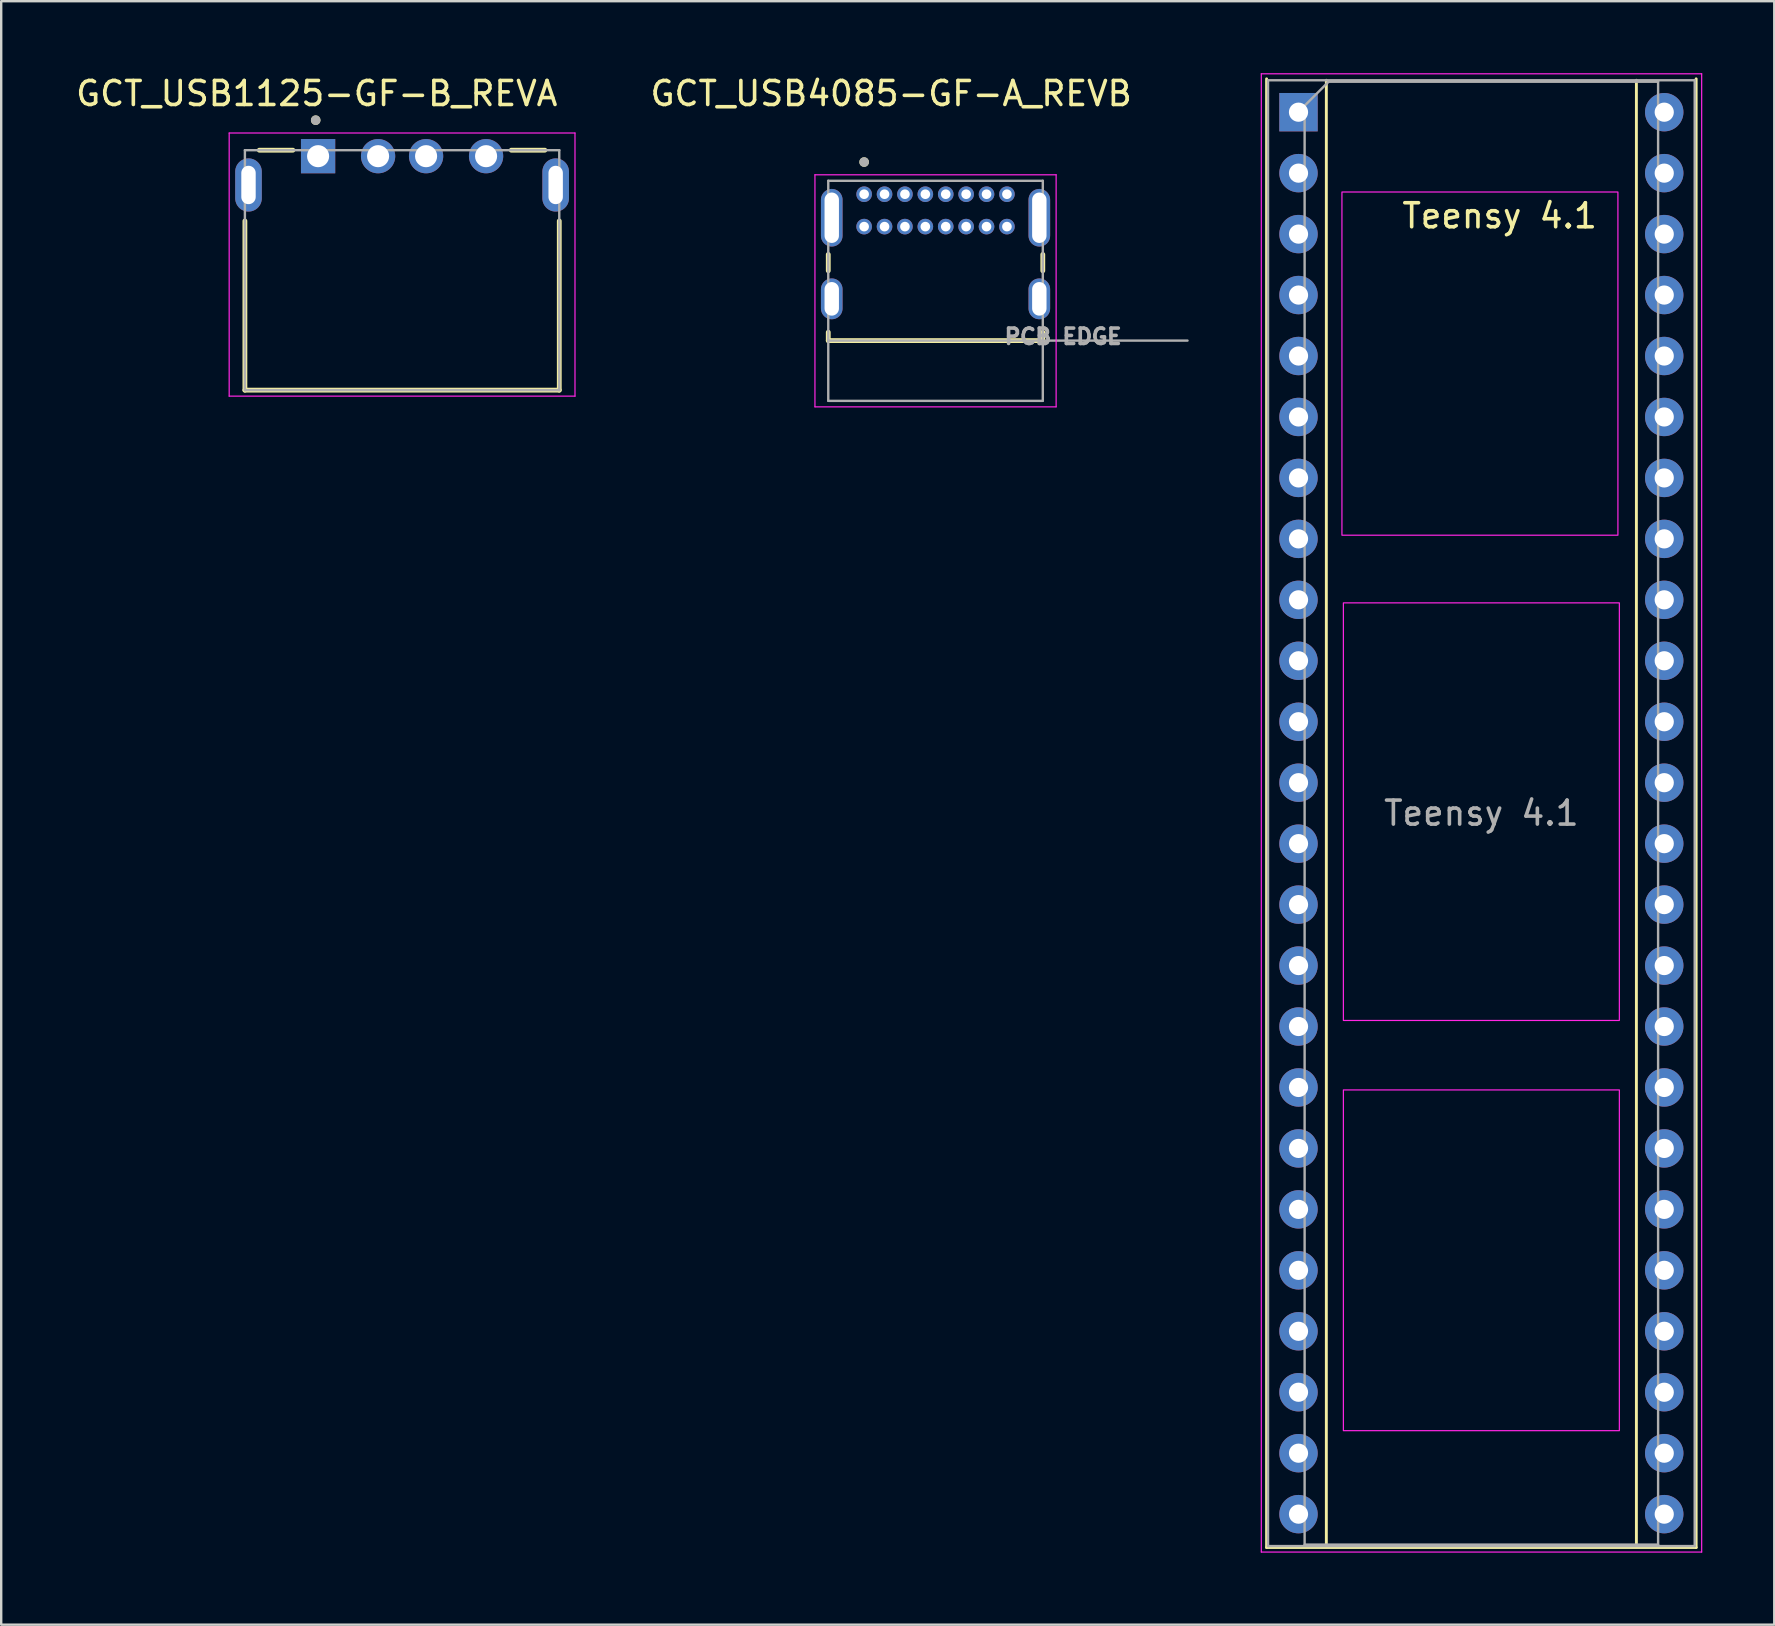
<source format=kicad_pcb>
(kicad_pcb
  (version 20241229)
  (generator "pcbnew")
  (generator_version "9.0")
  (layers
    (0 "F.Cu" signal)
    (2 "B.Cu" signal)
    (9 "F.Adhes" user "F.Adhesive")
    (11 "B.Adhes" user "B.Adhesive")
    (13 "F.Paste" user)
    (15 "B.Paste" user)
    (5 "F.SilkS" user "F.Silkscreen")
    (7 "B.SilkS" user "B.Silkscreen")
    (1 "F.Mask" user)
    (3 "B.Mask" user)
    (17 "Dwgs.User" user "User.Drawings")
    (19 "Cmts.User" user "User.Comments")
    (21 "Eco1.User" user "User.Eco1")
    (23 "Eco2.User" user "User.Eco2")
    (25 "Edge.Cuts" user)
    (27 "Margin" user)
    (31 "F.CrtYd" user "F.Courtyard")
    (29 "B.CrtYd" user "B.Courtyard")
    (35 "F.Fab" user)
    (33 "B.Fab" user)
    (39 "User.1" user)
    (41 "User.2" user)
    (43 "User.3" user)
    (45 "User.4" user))
  (footprint "GCT_USB4085-GF-A_REVB"
    (layer "F.Cu")
    (at 35.934 9.403)
    (property "Reference" "GCT_USB4085-GF-A_REVB" (at -1.85 -8.555 0) (layer "F.SilkS") (effects (font (size 1 1) (thickness 0.15))))
    (attr through_hole allow_soldermask_bridges)
    (fp_line (start -4.47 -1.85) (end -4.47 -1.17) (stroke (width 0.2) (type solid)) (layer "F.SilkS"))
    (fp_line (start -4.47 1.39) (end -4.47 1.74) (stroke (width 0.2) (type solid)) (layer "F.SilkS"))
    (fp_line (start -4.47 1.74) (end 4.47 1.74) (stroke (width 0.2) (type solid)) (layer "F.SilkS"))
    (fp_line (start 4.47 -1.85) (end 4.47 -1.17) (stroke (width 0.2) (type solid)) (layer "F.SilkS"))
    (fp_line (start 4.47 1.74) (end 4.47 1.39) (stroke (width 0.2) (type solid)) (layer "F.SilkS"))
    (fp_circle (center -2.975 -5.7) (end -2.875 -5.7) (stroke (width 0.2) (type solid)) (fill no) (layer "F.SilkS"))
    (fp_line (start -5.025 -5.17) (end 5.025 -5.17) (stroke (width 0.05) (type solid)) (layer "F.CrtYd"))
    (fp_line (start -5.025 4.5) (end -5.025 -5.17) (stroke (width 0.05) (type solid)) (layer "F.CrtYd"))
    (fp_line (start 5.025 -5.17) (end 5.025 4.5) (stroke (width 0.05) (type solid)) (layer "F.CrtYd"))
    (fp_line (start 5.025 4.5) (end -5.025 4.5) (stroke (width 0.05) (type solid)) (layer "F.CrtYd"))
    (fp_line (start -4.47 -4.92) (end 4.47 -4.92) (stroke (width 0.1) (type solid)) (layer "F.Fab"))
    (fp_line (start -4.47 1.74) (end -4.47 -4.92) (stroke (width 0.1) (type solid)) (layer "F.Fab"))
    (fp_line (start -4.47 1.74) (end 10.5 1.74) (stroke (width 0.1) (type solid)) (layer "F.Fab"))
    (fp_line (start -4.47 4.25) (end -4.47 1.74) (stroke (width 0.1) (type solid)) (layer "F.Fab"))
    (fp_line (start 4.47 -4.92) (end 4.47 4.25) (stroke (width 0.1) (type solid)) (layer "F.Fab"))
    (fp_line (start 4.47 4.25) (end -4.47 4.25) (stroke (width 0.1) (type solid)) (layer "F.Fab"))
    (fp_circle (center -2.975 -5.7) (end -2.875 -5.7) (stroke (width 0.2) (type solid)) (fill no) (layer "F.Fab"))
    (fp_text user "PCB EDGE" (at 5.315 1.57 0) (layer "F.Fab") (effects (font (size 0.64 0.64) (thickness 0.15))))
    (pad "A1" thru_hole circle (at -2.975 -4.36) (size 0.65 0.65) (drill 0.4) (layers "*.Cu" "*.Mask"))
    (pad "A4" thru_hole circle (at -2.125 -4.36) (size 0.65 0.65) (drill 0.4) (layers "*.Cu" "*.Mask"))
    (pad "A5" thru_hole circle (at -1.275 -4.36) (size 0.65 0.65) (drill 0.4) (layers "*.Cu" "*.Mask"))
    (pad "A6" thru_hole circle (at -0.425 -4.36) (size 0.65 0.65) (drill 0.4) (layers "*.Cu" "*.Mask"))
    (pad "A7" thru_hole circle (at 0.425 -4.36) (size 0.65 0.65) (drill 0.4) (layers "*.Cu" "*.Mask"))
    (pad "A8" thru_hole circle (at 1.275 -4.36) (size 0.65 0.65) (drill 0.4) (layers "*.Cu" "*.Mask"))
    (pad "A9" thru_hole circle (at 2.125 -4.36) (size 0.65 0.65) (drill 0.4) (layers "*.Cu" "*.Mask"))
    (pad "A12" thru_hole circle (at 2.975 -4.36) (size 0.65 0.65) (drill 0.4) (layers "*.Cu" "*.Mask"))
    (pad "B1" thru_hole circle (at 2.975 -3.01) (size 0.65 0.65) (drill 0.4) (layers "*.Cu" "*.Mask"))
    (pad "B4" thru_hole circle (at 2.125 -3.01) (size 0.65 0.65) (drill 0.4) (layers "*.Cu" "*.Mask"))
    (pad "B5" thru_hole circle (at 1.275 -3.01) (size 0.65 0.65) (drill 0.4) (layers "*.Cu" "*.Mask"))
    (pad "B6" thru_hole circle (at 0.425 -3.01) (size 0.65 0.65) (drill 0.4) (layers "*.Cu" "*.Mask"))
    (pad "B7" thru_hole circle (at -0.425 -3.01) (size 0.65 0.65) (drill 0.4) (layers "*.Cu" "*.Mask"))
    (pad "B8" thru_hole circle (at -1.275 -3.01) (size 0.65 0.65) (drill 0.4) (layers "*.Cu" "*.Mask"))
    (pad "B9" thru_hole circle (at -2.125 -3.01) (size 0.65 0.65) (drill 0.4) (layers "*.Cu" "*.Mask"))
    (pad "B12" thru_hole circle (at -2.975 -3.01) (size 0.65 0.65) (drill 0.4) (layers "*.Cu" "*.Mask"))
    (pad "S1" thru_hole oval (at -4.325 0) (size 0.9 1.7) (drill oval 0.6 1.4) (layers "*.Cu" "*.Mask"))
    (pad "S2" thru_hole oval (at 4.325 0) (size 0.9 1.7) (drill oval 0.6 1.4) (layers "*.Cu" "*.Mask"))
    (pad "S3" thru_hole oval (at -4.325 -3.38) (size 0.9 2.4) (drill oval 0.6 2.1) (layers "*.Cu" "*.Mask"))
    (pad "S4" thru_hole oval (at 4.325 -3.38) (size 0.9 2.4) (drill oval 0.6 2.1) (layers "*.Cu" "*.Mask")))
  (footprint "Teensy 4.1"
    (layer "F.Cu")
    (at 51.059 1.625)
    (property "Reference" "Teensy 4.1" (at 8.382 4.318 0) (layer "F.SilkS") (effects (font (size 1 1) (thickness 0.15))))
    (attr through_hole)
    (fp_line (start -1.33 -1.39) (end -1.33 59.81) (stroke (width 0.12) (type solid)) (layer "F.SilkS"))
    (fp_line (start -1.33 59.81) (end 16.57 59.81) (stroke (width 0.12) (type solid)) (layer "F.SilkS"))
    (fp_line (start 1.16 -1.33) (end 1.16 59.75) (stroke (width 0.12) (type solid)) (layer "F.SilkS"))
    (fp_line (start 1.16 59.75) (end 14.08 59.75) (stroke (width 0.12) (type solid)) (layer "F.SilkS"))
    (fp_line (start 14.08 59.75) (end 14.08 -1.33) (stroke (width 0.12) (type solid)) (layer "F.SilkS"))
    (fp_line (start 16.57 59.81) (end 16.57 -1.39) (stroke (width 0.12) (type solid)) (layer "F.SilkS"))
    (fp_line (start -1.55 -1.6) (end -1.55 60) (stroke (width 0.05) (type solid)) (layer "F.CrtYd"))
    (fp_line (start -1.55 60) (end 16.8 60) (stroke (width 0.05) (type solid)) (layer "F.CrtYd"))
    (fp_line (start 16.8 -1.6) (end -1.55 -1.6) (stroke (width 0.05) (type solid)) (layer "F.CrtYd"))
    (fp_line (start 16.8 60) (end 16.8 -1.6) (stroke (width 0.05) (type solid)) (layer "F.CrtYd"))
    (fp_rect (start 1.81 17.627) (end 13.31 3.327) (stroke (width 0.05) (type default)) (fill no) (layer "F.CrtYd"))
    (fp_rect (start 1.87 37.847) (end 13.37 20.447) (stroke (width 0.05) (type default)) (fill no) (layer "F.CrtYd"))
    (fp_rect (start 1.87 54.942) (end 13.37 40.742) (stroke (width 0.05) (type default)) (fill no) (layer "F.CrtYd"))
    (fp_line (start -1.27 -1.33) (end -1.27 59.75) (stroke (width 0.1) (type solid)) (layer "F.Fab"))
    (fp_line (start -1.27 59.75) (end 16.51 59.75) (stroke (width 0.1) (type solid)) (layer "F.Fab"))
    (fp_line (start 0.255 -0.27) (end 1.255 -1.27) (stroke (width 0.1) (type solid)) (layer "F.Fab"))
    (fp_line (start 0.255 59.69) (end 0.255 -0.27) (stroke (width 0.1) (type solid)) (layer "F.Fab"))
    (fp_line (start 1.255 -1.27) (end 14.985 -1.27) (stroke (width 0.1) (type solid)) (layer "F.Fab"))
    (fp_line (start 14.985 -1.27) (end 14.985 59.69) (stroke (width 0.1) (type solid)) (layer "F.Fab"))
    (fp_line (start 14.985 59.69) (end 0.255 59.69) (stroke (width 0.1) (type solid)) (layer "F.Fab"))
    (fp_line (start 16.51 -1.33) (end -1.27 -1.33) (stroke (width 0.1) (type solid)) (layer "F.Fab"))
    (fp_line (start 16.51 59.75) (end 16.51 -1.33) (stroke (width 0.1) (type solid)) (layer "F.Fab"))
    (fp_text user "${REFERENCE}" (at 7.62 29.21 0) (layer "F.Fab") (effects (font (size 1 1) (thickness 0.15))))
    (pad "1" thru_hole rect (at 0 0) (size 1.6 1.6) (drill 0.8) (layers "*.Cu" "*.Mask"))
    (pad "2" thru_hole oval (at 0 2.54) (size 1.6 1.6) (drill 0.8) (layers "*.Cu" "*.Mask"))
    (pad "3" thru_hole oval (at 0 5.08) (size 1.6 1.6) (drill 0.8) (layers "*.Cu" "*.Mask"))
    (pad "4" thru_hole oval (at 0 7.62) (size 1.6 1.6) (drill 0.8) (layers "*.Cu" "*.Mask"))
    (pad "5" thru_hole oval (at 0 10.16) (size 1.6 1.6) (drill 0.8) (layers "*.Cu" "*.Mask"))
    (pad "6" thru_hole oval (at 0 12.7) (size 1.6 1.6) (drill 0.8) (layers "*.Cu" "*.Mask"))
    (pad "7" thru_hole oval (at 0 15.24) (size 1.6 1.6) (drill 0.8) (layers "*.Cu" "*.Mask"))
    (pad "8" thru_hole oval (at 0 17.78) (size 1.6 1.6) (drill 0.8) (layers "*.Cu" "*.Mask"))
    (pad "9" thru_hole oval (at 0 20.32) (size 1.6 1.6) (drill 0.8) (layers "*.Cu" "*.Mask"))
    (pad "10" thru_hole oval (at 0 22.86) (size 1.6 1.6) (drill 0.8) (layers "*.Cu" "*.Mask"))
    (pad "11" thru_hole oval (at 0 25.4) (size 1.6 1.6) (drill 0.8) (layers "*.Cu" "*.Mask"))
    (pad "12" thru_hole oval (at 0 27.94) (size 1.6 1.6) (drill 0.8) (layers "*.Cu" "*.Mask"))
    (pad "13" thru_hole oval (at 0 30.48) (size 1.6 1.6) (drill 0.8) (layers "*.Cu" "*.Mask"))
    (pad "14" thru_hole oval (at 0 33.02) (size 1.6 1.6) (drill 0.8) (layers "*.Cu" "*.Mask"))
    (pad "15" thru_hole oval (at 0 35.56) (size 1.6 1.6) (drill 0.8) (layers "*.Cu" "*.Mask"))
    (pad "16" thru_hole oval (at 0 38.1) (size 1.6 1.6) (drill 0.8) (layers "*.Cu" "*.Mask"))
    (pad "17" thru_hole oval (at 0 40.64) (size 1.6 1.6) (drill 0.8) (layers "*.Cu" "*.Mask"))
    (pad "18" thru_hole oval (at 0 43.18) (size 1.6 1.6) (drill 0.8) (layers "*.Cu" "*.Mask"))
    (pad "19" thru_hole oval (at 0 45.72) (size 1.6 1.6) (drill 0.8) (layers "*.Cu" "*.Mask"))
    (pad "20" thru_hole oval (at 0 48.26) (size 1.6 1.6) (drill 0.8) (layers "*.Cu" "*.Mask"))
    (pad "21" thru_hole oval (at 0 50.8) (size 1.6 1.6) (drill 0.8) (layers "*.Cu" "*.Mask"))
    (pad "22" thru_hole oval (at 0 53.34) (size 1.6 1.6) (drill 0.8) (layers "*.Cu" "*.Mask"))
    (pad "23" thru_hole oval (at 0 55.88) (size 1.6 1.6) (drill 0.8) (layers "*.Cu" "*.Mask"))
    (pad "24" thru_hole oval (at 0 58.42) (size 1.6 1.6) (drill 0.8) (layers "*.Cu" "*.Mask"))
    (pad "25" thru_hole oval (at 15.24 58.42) (size 1.6 1.6) (drill 0.8) (layers "*.Cu" "*.Mask"))
    (pad "26" thru_hole oval (at 15.24 55.88) (size 1.6 1.6) (drill 0.8) (layers "*.Cu" "*.Mask"))
    (pad "27" thru_hole oval (at 15.24 53.34) (size 1.6 1.6) (drill 0.8) (layers "*.Cu" "*.Mask"))
    (pad "28" thru_hole oval (at 15.24 50.8) (size 1.6 1.6) (drill 0.8) (layers "*.Cu" "*.Mask"))
    (pad "29" thru_hole oval (at 15.24 48.26) (size 1.6 1.6) (drill 0.8) (layers "*.Cu" "*.Mask"))
    (pad "30" thru_hole oval (at 15.24 45.72) (size 1.6 1.6) (drill 0.8) (layers "*.Cu" "*.Mask"))
    (pad "31" thru_hole oval (at 15.24 43.18) (size 1.6 1.6) (drill 0.8) (layers "*.Cu" "*.Mask"))
    (pad "32" thru_hole oval (at 15.24 40.64) (size 1.6 1.6) (drill 0.8) (layers "*.Cu" "*.Mask"))
    (pad "33" thru_hole oval (at 15.24 38.1) (size 1.6 1.6) (drill 0.8) (layers "*.Cu" "*.Mask"))
    (pad "34" thru_hole oval (at 15.24 35.56) (size 1.6 1.6) (drill 0.8) (layers "*.Cu" "*.Mask"))
    (pad "35" thru_hole oval (at 15.24 33.02) (size 1.6 1.6) (drill 0.8) (layers "*.Cu" "*.Mask"))
    (pad "36" thru_hole oval (at 15.24 30.48) (size 1.6 1.6) (drill 0.8) (layers "*.Cu" "*.Mask"))
    (pad "37" thru_hole oval (at 15.24 27.94) (size 1.6 1.6) (drill 0.8) (layers "*.Cu" "*.Mask"))
    (pad "38" thru_hole oval (at 15.24 25.4) (size 1.6 1.6) (drill 0.8) (layers "*.Cu" "*.Mask"))
    (pad "39" thru_hole oval (at 15.24 22.86) (size 1.6 1.6) (drill 0.8) (layers "*.Cu" "*.Mask"))
    (pad "40" thru_hole oval (at 15.24 20.32) (size 1.6 1.6) (drill 0.8) (layers "*.Cu" "*.Mask"))
    (pad "41" thru_hole oval (at 15.24 17.78) (size 1.6 1.6) (drill 0.8) (layers "*.Cu" "*.Mask"))
    (pad "42" thru_hole oval (at 15.24 15.24) (size 1.6 1.6) (drill 0.8) (layers "*.Cu" "*.Mask"))
    (pad "43" thru_hole oval (at 15.24 12.7) (size 1.6 1.6) (drill 0.8) (layers "*.Cu" "*.Mask"))
    (pad "44" thru_hole oval (at 15.24 10.16) (size 1.6 1.6) (drill 0.8) (layers "*.Cu" "*.Mask"))
    (pad "45" thru_hole oval (at 15.24 7.62) (size 1.6 1.6) (drill 0.8) (layers "*.Cu" "*.Mask"))
    (pad "46" thru_hole oval (at 15.24 5.08) (size 1.6 1.6) (drill 0.8) (layers "*.Cu" "*.Mask"))
    (pad "47" thru_hole oval (at 15.24 2.54) (size 1.6 1.6) (drill 0.8) (layers "*.Cu" "*.Mask"))
    (pad "48" thru_hole oval (at 15.24 0) (size 1.6 1.6) (drill 0.8) (layers "*.Cu" "*.Mask")))
  (footprint "GCT_USB1125-GF-B_REVA"
    (layer "F.Cu")
    (at 13.705 4.658)
    (property "Reference" "GCT_USB1125-GF-B_REVA" (at -3.556 -3.81 0) (layer "F.SilkS") (effects (font (size 1 1) (thickness 0.15))))
    (attr through_hole allow_soldermask_bridges)
    (fp_line (start -6.55 1.5) (end -6.55 8.55) (stroke (width 0.2) (type solid)) (layer "F.SilkS"))
    (fp_line (start -6.55 8.55) (end 6.55 8.55) (stroke (width 0.2) (type solid)) (layer "F.SilkS"))
    (fp_line (start -5.95 -1.45) (end -4.55 -1.45) (stroke (width 0.2) (type solid)) (layer "F.SilkS"))
    (fp_line (start 5.95 -1.45) (end 4.55 -1.45) (stroke (width 0.2) (type solid)) (layer "F.SilkS"))
    (fp_line (start 6.55 8.55) (end 6.55 1.5) (stroke (width 0.2) (type solid)) (layer "F.SilkS"))
    (fp_circle (center -3.6 -2.7) (end -3.5 -2.7) (stroke (width 0.2) (type solid)) (fill no) (layer "F.SilkS"))
    (fp_line (start -7.205 -2.165) (end 7.205 -2.165) (stroke (width 0.05) (type solid)) (layer "F.CrtYd"))
    (fp_line (start -7.205 8.8) (end -7.205 -2.165) (stroke (width 0.05) (type solid)) (layer "F.CrtYd"))
    (fp_line (start 7.205 -2.165) (end 7.205 8.8) (stroke (width 0.05) (type solid)) (layer "F.CrtYd"))
    (fp_line (start 7.205 8.8) (end -7.205 8.8) (stroke (width 0.05) (type solid)) (layer "F.CrtYd"))
    (fp_line (start -6.55 -1.45) (end 6.55 -1.45) (stroke (width 0.1) (type solid)) (layer "F.Fab"))
    (fp_line (start -6.55 8.55) (end -6.55 -1.45) (stroke (width 0.1) (type solid)) (layer "F.Fab"))
    (fp_line (start 6.55 -1.45) (end 6.55 8.55) (stroke (width 0.1) (type solid)) (layer "F.Fab"))
    (fp_line (start 6.55 8.55) (end -6.55 8.55) (stroke (width 0.1) (type solid)) (layer "F.Fab"))
    (fp_circle (center -3.6 -2.7) (end -3.5 -2.7) (stroke (width 0.2) (type solid)) (fill no) (layer "F.Fab"))
    (pad "1" thru_hole rect (at -3.5 -1.2) (size 1.428 1.428) (drill 0.92) (layers "*.Cu" "*.Mask"))
    (pad "2" thru_hole circle (at -1 -1.2) (size 1.428 1.428) (drill 0.92) (layers "*.Cu" "*.Mask"))
    (pad "3" thru_hole circle (at 1 -1.2) (size 1.428 1.428) (drill 0.92) (layers "*.Cu" "*.Mask"))
    (pad "4" thru_hole circle (at 3.5 -1.2) (size 1.428 1.428) (drill 0.92) (layers "*.Cu" "*.Mask"))
    (pad "S1" thru_hole oval (at -6.4 0) (size 1.108 2.216) (drill oval 0.6 1.6) (layers "*.Cu" "*.Mask"))
    (pad "S2" thru_hole oval (at 6.4 0) (size 1.108 2.216) (drill oval 0.6 1.6) (layers "*.Cu" "*.Mask")))
  (gr_rect
    (start -3 -3)
    (end 70.884 64.65)
    (stroke (width 0.1) (type default))
    (fill no)
    (layer "Edge.Cuts")))
</source>
